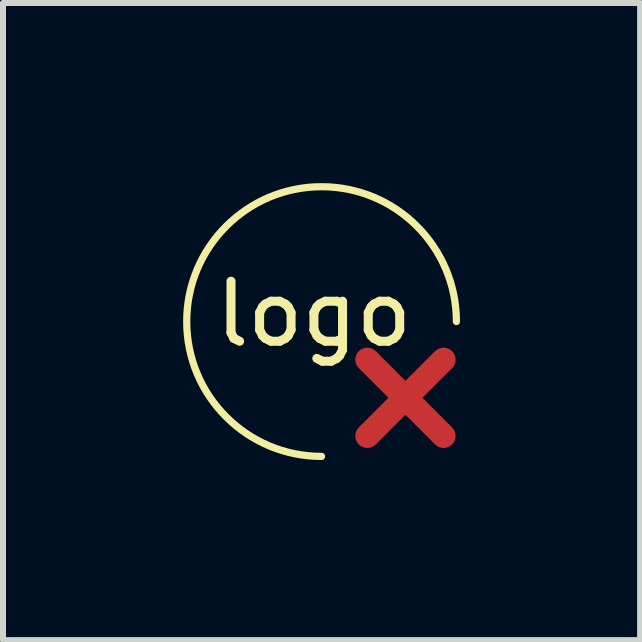
<source format=kicad_pcb>
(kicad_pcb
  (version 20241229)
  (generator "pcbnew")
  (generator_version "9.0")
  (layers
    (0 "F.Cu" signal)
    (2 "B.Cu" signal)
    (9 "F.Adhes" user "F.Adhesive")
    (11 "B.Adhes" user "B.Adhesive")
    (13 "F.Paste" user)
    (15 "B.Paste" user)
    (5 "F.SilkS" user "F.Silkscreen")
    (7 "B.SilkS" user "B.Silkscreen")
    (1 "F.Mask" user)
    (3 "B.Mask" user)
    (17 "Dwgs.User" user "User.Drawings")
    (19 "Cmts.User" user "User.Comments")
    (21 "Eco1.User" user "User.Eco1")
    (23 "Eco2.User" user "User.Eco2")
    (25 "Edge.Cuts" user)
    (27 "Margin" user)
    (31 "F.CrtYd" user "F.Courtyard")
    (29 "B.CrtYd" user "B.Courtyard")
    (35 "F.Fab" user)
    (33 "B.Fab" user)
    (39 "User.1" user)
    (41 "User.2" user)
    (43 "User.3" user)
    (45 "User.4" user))
  (footprint "logo"
    (layer "F.Cu")
    (at 1.798 0.401)
    (property "Reference" "logo" (at 0.381 1.778 0) (layer "F.SilkS") (effects (font (size 1 1) (thickness 0.15))))
    (attr through_hole)
    (fp_line (start 1.27 2.54) (end 2.54 3.81) (stroke (width 0.4) (type solid)) (layer "F.Cu"))
    (fp_line (start 2.54 2.54) (end 1.27 3.81) (stroke (width 0.4) (type solid)) (layer "F.Cu"))
    (fp_line (start 1.27 3.81) (end 2.54 2.54) (stroke (width 0.4) (type solid)) (layer "F.Mask"))
    (fp_line (start 2.54 3.81) (end 1.27 2.54) (stroke (width 0.4) (type solid)) (layer "F.Mask"))
    (fp_arc (start 0.508 4.151) (mid -1.080162 0.316838) (end 2.754 1.905) (stroke (width 0.12) (type solid)) (layer "F.SilkS")))
  (gr_rect
    (start -3 -3)
    (end 7.612 7.612)
    (stroke (width 0.1) (type default))
    (fill no)
    (layer "Edge.Cuts")))
</source>
